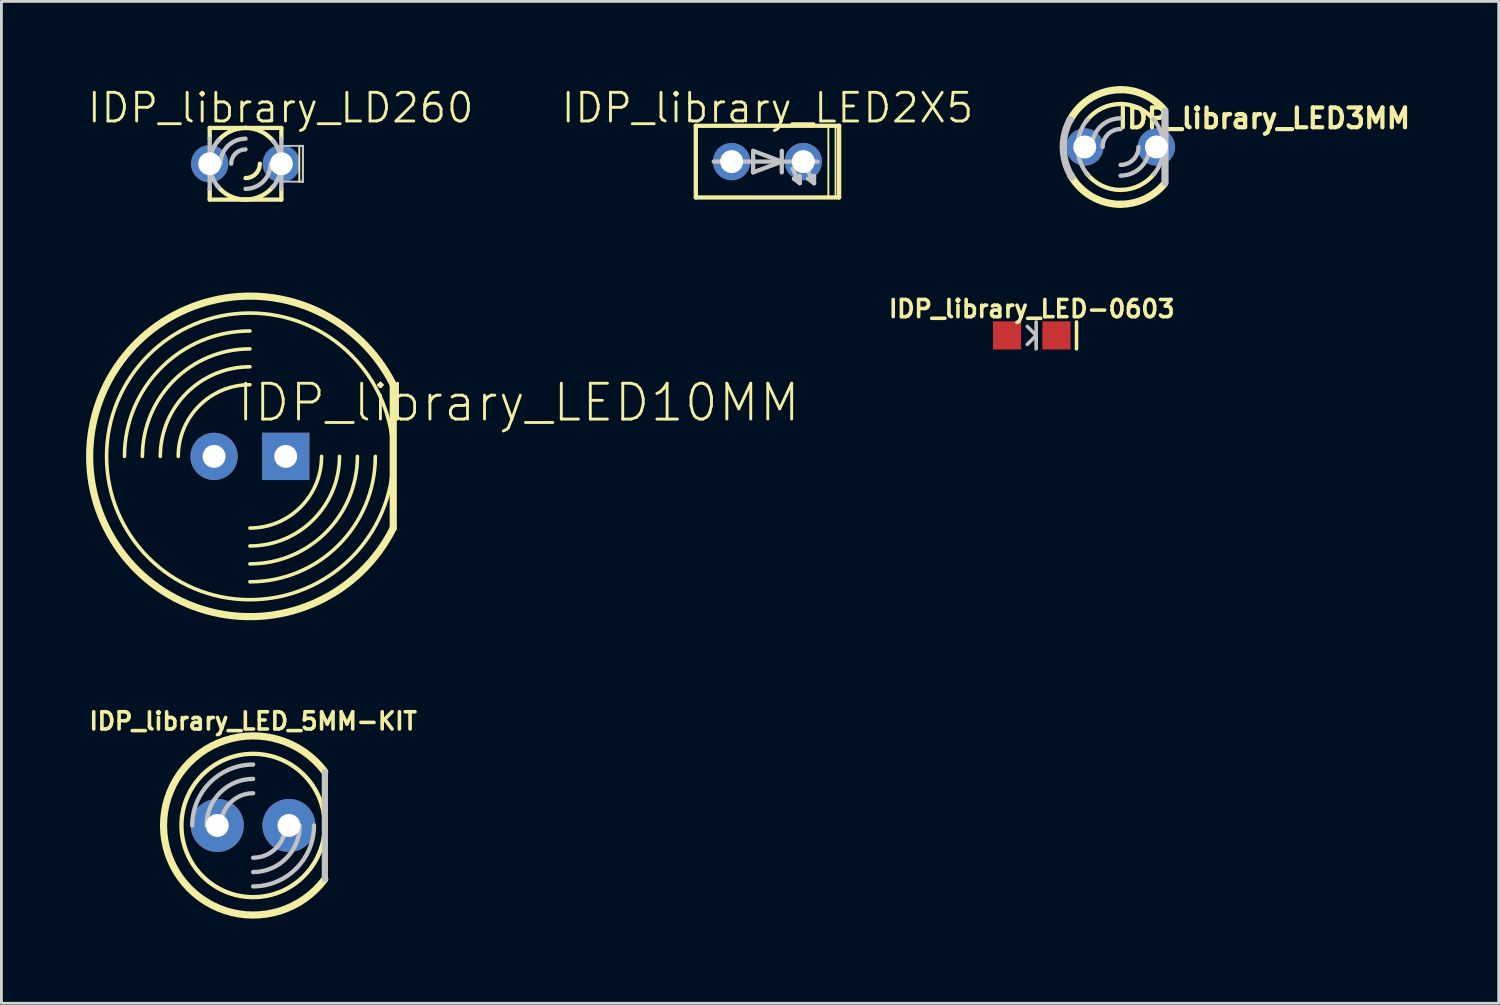
<source format=kicad_pcb>
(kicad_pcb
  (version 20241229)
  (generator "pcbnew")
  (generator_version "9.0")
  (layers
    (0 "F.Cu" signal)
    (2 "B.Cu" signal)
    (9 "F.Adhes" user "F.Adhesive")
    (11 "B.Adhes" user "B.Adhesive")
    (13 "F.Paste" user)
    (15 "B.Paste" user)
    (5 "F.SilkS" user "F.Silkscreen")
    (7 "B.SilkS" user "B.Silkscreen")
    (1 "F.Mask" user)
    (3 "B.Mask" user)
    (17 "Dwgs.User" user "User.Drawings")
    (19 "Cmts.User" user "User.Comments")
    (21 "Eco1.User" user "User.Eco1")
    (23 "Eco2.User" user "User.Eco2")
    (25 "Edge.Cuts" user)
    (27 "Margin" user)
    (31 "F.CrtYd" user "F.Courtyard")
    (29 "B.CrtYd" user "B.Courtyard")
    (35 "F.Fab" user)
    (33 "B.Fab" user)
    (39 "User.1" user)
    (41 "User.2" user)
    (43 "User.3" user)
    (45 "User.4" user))
  (footprint "IDP_library_LED3MM"
    (layer "F.Cu")
    (at 36.665 2.159)
    (property "Reference" "IDP_library_LED3MM" (at 5.08 -1.016 0) (layer "F.SilkS") (effects (font (size 0.7 0.7) (thickness 0.15))))
    (attr exclude_from_pos_files exclude_from_bom)
    (fp_arc (start -1.7907 -0.95504) (mid -1.044567 -1.739997) (end -0.000975 -2.02946) (stroke (width 0.254) (type solid)) (layer "F.SilkS"))
    (fp_arc (start -1.2192 -0.9144) (mid -0.681912 -1.362928) (end -0.000801 -1.524) (stroke (width 0.1524) (type solid)) (layer "F.SilkS"))
    (fp_arc (start 0 -2.032) (mid 0.860367 -1.840867) (end 1.55888 -1.303426) (stroke (width 0.254) (type solid)) (layer "F.SilkS"))
    (fp_arc (start 0 -1.524) (mid 0.696618 -1.35547) (end 1.239166 -0.887155) (stroke (width 0.1524) (type solid)) (layer "F.SilkS"))
    (fp_arc (start 0 1.524) (mid -0.669273 1.369179) (end -1.202564 0.936171) (stroke (width 0.1524) (type solid)) (layer "F.SilkS"))
    (fp_arc (start 0 2.032) (mid -1.01907 1.757988) (end -1.763299 1.009851) (stroke (width 0.254) (type solid)) (layer "F.SilkS"))
    (fp_arc (start 1.20142 0.93472) (mid 0.668882 1.367373) (end 0.000442 1.522206) (stroke (width 0.1524) (type solid)) (layer "F.SilkS"))
    (fp_arc (start 1.5494 1.31064) (mid 0.855154 1.840416) (end 0.002552 2.029387) (stroke (width 0.254) (type solid)) (layer "F.SilkS"))
    (fp_line (start 1.575 1.27) (end 1.575 -1.27) (stroke (width 0.254) (type solid)) (layer "Dwgs.User"))
    (fp_arc (start -2.032 0) (mid -1.970347 -0.496745) (end -1.78913 -0.963347) (stroke (width 0.254) (type solid)) (layer "Dwgs.User"))
    (fp_arc (start -1.72974 1.06426) (mid -1.954164 0.553076) (end -2.030923 0.0001) (stroke (width 0.254) (type solid)) (layer "Dwgs.User"))
    (fp_arc (start -1.524 0) (mid -1.432999 -0.518738) (end -1.170864 -0.975527) (stroke (width 0.1524) (type solid)) (layer "Dwgs.User"))
    (fp_arc (start -1.13792 1.01092) (mid -1.422742 0.540951) (end -1.522111 0.000469) (stroke (width 0.1524) (type solid)) (layer "Dwgs.User"))
    (fp_arc (start -1.016 0) (mid -0.71842 -0.71842) (end 0 -1.016) (stroke (width 0.1524) (type solid)) (layer "Dwgs.User"))
    (fp_arc (start -0.635 0) (mid -0.449013 -0.449013) (end 0 -0.635) (stroke (width 0.1524) (type solid)) (layer "Dwgs.User"))
    (fp_arc (start 0.635 0) (mid 0.449013 0.449013) (end 0 0.635) (stroke (width 0.1524) (type solid)) (layer "Dwgs.User"))
    (fp_arc (start 1.016 0) (mid 0.71842 0.71842) (end 0 1.016) (stroke (width 0.1524) (type solid)) (layer "Dwgs.User"))
    (fp_arc (start 1.1557 -0.9906) (mid 1.427593 -0.528119) (end 1.522147 -0.000034) (stroke (width 0.1524) (type solid)) (layer "Dwgs.User"))
    (fp_arc (start 1.524 0) (mid 1.432999 0.518738) (end 1.170864 0.975527) (stroke (width 0.1524) (type solid)) (layer "Dwgs.User"))
    (pad "A" thru_hole circle (at -1.27 0) (size 1.321 1.321) (drill 0.813) (layers "*.Cu" "*.Paste" "*.Mask"))
    (pad "K" thru_hole circle (at 1.27 0) (size 1.321 1.321) (drill 0.813) (layers "*.Cu" "*.Paste" "*.Mask")))
  (footprint "IDP_library_LD260"
    (layer "F.Cu")
    (at 5.652 2.754)
    (property "Reference" "IDP_library_LD260" (at 1.245 -1.981 0) (layer "F.SilkS") (effects (font (size 1.016 1.016) (thickness 0.102))))
    (attr exclude_from_pos_files exclude_from_bom)
    (fp_line (start -1.27 -1.27) (end -1.27 -0.889) (stroke (width 0.152) (type solid)) (layer "F.SilkS"))
    (fp_line (start -1.27 1.27) (end -1.27 0.889) (stroke (width 0.152) (type solid)) (layer "F.SilkS"))
    (fp_line (start -1.27 1.27) (end 0 1.27) (stroke (width 0.152) (type solid)) (layer "F.SilkS"))
    (fp_line (start 0 -1.27) (end -1.27 -1.27) (stroke (width 0.152) (type solid)) (layer "F.SilkS"))
    (fp_line (start 0 1.27) (end 1.27 1.27) (stroke (width 0.152) (type solid)) (layer "F.SilkS"))
    (fp_line (start 1.27 -1.27) (end 0 -1.27) (stroke (width 0.152) (type solid)) (layer "F.SilkS"))
    (fp_line (start 1.27 -1.27) (end 1.27 -0.889) (stroke (width 0.152) (type solid)) (layer "F.SilkS"))
    (fp_line (start 1.27 1.27) (end 1.27 0.889) (stroke (width 0.152) (type solid)) (layer "F.SilkS"))
    (fp_line (start 1.905 -0.635) (end 2.032 -0.635) (stroke (width 0.066) (type solid)) (layer "F.SilkS"))
    (fp_line (start 1.905 0.635) (end 1.905 -0.635) (stroke (width 0.066) (type solid)) (layer "F.SilkS"))
    (fp_line (start 1.905 0.635) (end 2.032 0.635) (stroke (width 0.066) (type solid)) (layer "F.SilkS"))
    (fp_line (start 2.032 0.635) (end 2.032 -0.635) (stroke (width 0.066) (type solid)) (layer "F.SilkS"))
    (fp_arc (start -0.9906 -0.79248) (mid -0.549939 -1.143189) (end -0.00089 -1.268587) (stroke (width 0.1524) (type solid)) (layer "F.SilkS"))
    (fp_arc (start 0 -1.27) (mid 0.549748 -1.144848) (end 0.991147 -0.794058) (stroke (width 0.1524) (type solid)) (layer "F.SilkS"))
    (fp_arc (start 0 1.27) (mid -0.549748 1.144848) (end -0.991147 0.794058) (stroke (width 0.1524) (type solid)) (layer "F.SilkS"))
    (fp_arc (start 0.508 0) (mid 0.35921 0.35921) (end 0 0.508) (stroke (width 0.1524) (type solid)) (layer "F.SilkS"))
    (fp_arc (start 0.9906 0.79248) (mid 0.549939 1.143189) (end 0.00089 1.268587) (stroke (width 0.1524) (type solid)) (layer "F.SilkS"))
    (fp_line (start -1.27 0) (end -1.27 -0.889) (stroke (width 0.152) (type solid)) (layer "Dwgs.User"))
    (fp_line (start -1.27 0.889) (end -1.27 0) (stroke (width 0.152) (type solid)) (layer "Dwgs.User"))
    (fp_line (start 1.27 -0.889) (end 1.27 0) (stroke (width 0.152) (type solid)) (layer "Dwgs.User"))
    (fp_line (start 1.27 -0.635) (end 2.032 -0.635) (stroke (width 0.066) (type solid)) (layer "Dwgs.User"))
    (fp_line (start 1.27 0) (end 1.27 0.889) (stroke (width 0.152) (type solid)) (layer "Dwgs.User"))
    (fp_line (start 1.27 0.635) (end 1.27 -0.635) (stroke (width 0.066) (type solid)) (layer "Dwgs.User"))
    (fp_line (start 1.27 0.635) (end 2.032 0.635) (stroke (width 0.066) (type solid)) (layer "Dwgs.User"))
    (fp_line (start 2.032 0.635) (end 2.032 -0.635) (stroke (width 0.066) (type solid)) (layer "Dwgs.User"))
    (fp_arc (start -1.27 0) (mid -1.191119 -0.440608) (end -0.964275 -0.826483) (stroke (width 0.1524) (type solid)) (layer "Dwgs.User"))
    (fp_arc (start -0.96266 0.8255) (mid -1.189264 0.440246) (end -1.268134 0.000304) (stroke (width 0.1524) (type solid)) (layer "Dwgs.User"))
    (fp_arc (start -0.889 0) (mid -0.628618 -0.628618) (end 0 -0.889) (stroke (width 0.1524) (type solid)) (layer "Dwgs.User"))
    (fp_arc (start -0.508 0) (mid -0.35921 -0.35921) (end 0 -0.508) (stroke (width 0.1524) (type solid)) (layer "Dwgs.User"))
    (fp_arc (start 0.889 0) (mid 0.628618 0.628618) (end 0 0.889) (stroke (width 0.1524) (type solid)) (layer "Dwgs.User"))
    (fp_arc (start 0.97536 -0.8128) (mid 1.19378 -0.432273) (end 1.269634 -0.000123) (stroke (width 0.1524) (type solid)) (layer "Dwgs.User"))
    (fp_arc (start 1.27 0) (mid 1.189185 0.445801) (end 0.957026 0.834867) (stroke (width 0.1524) (type solid)) (layer "Dwgs.User"))
    (pad "A" thru_hole circle (at -1.27 0) (size 1.321 1.321) (drill 0.813) (layers "*.Cu" "*.Paste" "*.Mask"))
    (pad "K" thru_hole circle (at 1.27 0) (size 1.321 1.321) (drill 0.813) (layers "*.Cu" "*.Paste" "*.Mask")))
  (footprint "IDP_library_LED-0603"
    (layer "F.Cu")
    (at 33.516 8.837)
    (property "Reference" "IDP_library_LED-0603" (at 0 -0.94 0) (layer "F.SilkS") (effects (font (size 0.61 0.61) (thickness 0.127))))
    (attr smd)
    (fp_line (start 1.587 -0.475) (end 1.587 0.475) (stroke (width 0.127) (type solid)) (layer "F.SilkS"))
    (fp_line (start 0.157 -0.475) (end 0.157 0) (stroke (width 0.127) (type solid)) (layer "Dwgs.User"))
    (fp_line (start 0.157 0) (end -0.157 -0.318) (stroke (width 0.127) (type solid)) (layer "Dwgs.User"))
    (fp_line (start 0.157 0) (end -0.157 0.318) (stroke (width 0.127) (type solid)) (layer "Dwgs.User"))
    (fp_line (start 0.157 0) (end 0.157 0.475) (stroke (width 0.127) (type solid)) (layer "Dwgs.User"))
    (pad "A" smd rect (at -0.876 0 270) (size 0.998 0.998) (layers "F.Cu" "F.Mask" "F.Paste"))
    (pad "C" smd rect (at 0.876 0 270) (size 0.998 0.998) (layers "F.Cu" "F.Mask" "F.Paste")))
  (footprint "IDP_library_LED10MM"
    (layer "F.Cu")
    (at 5.807 13.125)
    (property "Reference" "IDP_library_LED10MM" (at 9.525 -1.905 0) (layer "F.SilkS") (effects (font (size 1.27 1.27) (thickness 0.102))))
    (attr exclude_from_pos_files exclude_from_bom)
    (fp_line (start 5.08 -2.54) (end 5.08 2.54) (stroke (width 0.254) (type solid)) (layer "F.SilkS"))
    (fp_arc (start -4.445 0) (mid -3.14309 -3.14309) (end 0 -4.445) (stroke (width 0.127) (type solid)) (layer "F.SilkS"))
    (fp_arc (start -3.81 0) (mid -2.694077 -2.694077) (end 0 -3.81) (stroke (width 0.127) (type solid)) (layer "F.SilkS"))
    (fp_arc (start -3.175 0) (mid -2.245064 -2.245064) (end 0 -3.175) (stroke (width 0.127) (type solid)) (layer "F.SilkS"))
    (fp_arc (start -2.54 0) (mid -1.796051 -1.796051) (end 0 -2.54) (stroke (width 0.127) (type solid)) (layer "F.SilkS"))
    (fp_arc (start 2.54 0) (mid 1.796051 1.796051) (end 0 2.54) (stroke (width 0.127) (type solid)) (layer "F.SilkS"))
    (fp_arc (start 3.175 0) (mid 2.245064 2.245064) (end 0 3.175) (stroke (width 0.127) (type solid)) (layer "F.SilkS"))
    (fp_arc (start 3.81 0) (mid 2.694077 2.694077) (end 0 3.81) (stroke (width 0.127) (type solid)) (layer "F.SilkS"))
    (fp_arc (start 4.445 0) (mid 3.14309 3.14309) (end 0 4.445) (stroke (width 0.127) (type solid)) (layer "F.SilkS"))
    (fp_arc (start 5.08 2.54) (mid -5.679612 0.003464) (end 5.076898 -2.546195) (stroke (width 0.254) (type solid)) (layer "F.SilkS"))
    (fp_circle (center 0 0) (end 0 -5.08) (stroke (width 0.127) (type solid)) (fill no) (layer "F.SilkS"))
    (pad "A" thru_hole circle (at -1.27 0) (size 1.676 1.676) (drill 0.813) (layers "*.Cu" "*.Paste" "*.Mask"))
    (pad "K" thru_hole rect (at 1.27 0) (size 1.676 1.676) (drill 0.813) (layers "*.Cu" "*.Paste" "*.Mask")))
  (footprint "IDP_library_LED2X5"
    (layer "F.Cu")
    (at 24.15 2.678)
    (property "Reference" "IDP_library_LED2X5" (at 0 -1.905 0) (layer "F.SilkS") (effects (font (size 1.016 1.016) (thickness 0.102))))
    (attr exclude_from_pos_files exclude_from_bom)
    (fp_line (start -2.54 1.27) (end -2.54 -1.27) (stroke (width 0.152) (type solid)) (layer "F.SilkS"))
    (fp_line (start -2.54 1.27) (end 2.54 1.27) (stroke (width 0.152) (type solid)) (layer "F.SilkS"))
    (fp_line (start 2.159 -1.27) (end 2.413 -1.27) (stroke (width 0.066) (type solid)) (layer "F.SilkS"))
    (fp_line (start 2.159 1.27) (end 2.159 -1.27) (stroke (width 0.066) (type solid)) (layer "F.SilkS"))
    (fp_line (start 2.159 1.27) (end 2.413 1.27) (stroke (width 0.066) (type solid)) (layer "F.SilkS"))
    (fp_line (start 2.413 1.27) (end 2.413 -1.27) (stroke (width 0.066) (type solid)) (layer "F.SilkS"))
    (fp_line (start 2.54 -1.27) (end -2.54 -1.27) (stroke (width 0.152) (type solid)) (layer "F.SilkS"))
    (fp_line (start 2.54 -1.27) (end 2.54 1.27) (stroke (width 0.152) (type solid)) (layer "F.SilkS"))
    (fp_line (start -1.905 0) (end 0.508 0) (stroke (width 0.152) (type solid)) (layer "Dwgs.User"))
    (fp_line (start -0.508 -0.381) (end -0.508 0.381) (stroke (width 0.152) (type solid)) (layer "Dwgs.User"))
    (fp_line (start -0.508 -0.381) (end 0.508 0) (stroke (width 0.152) (type solid)) (layer "Dwgs.User"))
    (fp_line (start 0.508 -0.381) (end 0.508 0) (stroke (width 0.152) (type solid)) (layer "Dwgs.User"))
    (fp_line (start 0.508 0) (end -0.508 0.381) (stroke (width 0.152) (type solid)) (layer "Dwgs.User"))
    (fp_line (start 0.508 0) (end 0.508 0.381) (stroke (width 0.152) (type solid)) (layer "Dwgs.User"))
    (fp_line (start 0.508 0) (end 1.778 0) (stroke (width 0.152) (type solid)) (layer "Dwgs.User"))
    (fp_line (start 0.889 0.254) (end 1.143 0.762) (stroke (width 0.152) (type solid)) (layer "Dwgs.User"))
    (fp_line (start 0.94 0.61) (end 1.143 0.508) (stroke (width 0.152) (type solid)) (layer "Dwgs.User"))
    (fp_line (start 1.143 0.762) (end 0.94 0.61) (stroke (width 0.152) (type solid)) (layer "Dwgs.User"))
    (fp_line (start 1.143 0.762) (end 1.143 0.508) (stroke (width 0.152) (type solid)) (layer "Dwgs.User"))
    (fp_line (start 1.397 0.254) (end 1.651 0.762) (stroke (width 0.152) (type solid)) (layer "Dwgs.User"))
    (fp_line (start 1.448 0.61) (end 1.651 0.508) (stroke (width 0.152) (type solid)) (layer "Dwgs.User"))
    (fp_line (start 1.651 0.762) (end 1.448 0.61) (stroke (width 0.152) (type solid)) (layer "Dwgs.User"))
    (fp_line (start 1.651 0.762) (end 1.651 0.508) (stroke (width 0.152) (type solid)) (layer "Dwgs.User"))
    (pad "A" thru_hole circle (at -1.27 0) (size 1.321 1.321) (drill 0.813) (layers "*.Cu" "*.Paste" "*.Mask"))
    (pad "K" thru_hole circle (at 1.27 0) (size 1.321 1.321) (drill 0.813) (layers "*.Cu" "*.Paste" "*.Mask")))
  (footprint "IDP_library_LED_5MM-KIT"
    (layer "F.Cu")
    (at 5.921 26.206)
    (property "Reference" "IDP_library_LED_5MM-KIT" (at 0 -3.696 0) (layer "F.SilkS") (effects (font (size 0.61 0.61) (thickness 0.127))))
    (attr exclude_from_pos_files exclude_from_bom)
    (fp_poly (pts (xy -1.27 0.445) (xy -1.367 0.434) (xy -1.458 0.404) (xy -1.542 0.356) (xy -1.613 0.287) (xy -1.666 0.206) (xy -1.699 0.114) (xy -1.714 0.018) (xy -1.704 -0.081) (xy -1.674 -0.178) (xy -1.621 -0.264) (xy -1.549 -0.34) (xy -1.466 -0.396) (xy -1.369 -0.432) (xy -1.27 -0.445) (xy -1.168 -0.432) (xy -1.074 -0.399) (xy -0.991 -0.343) (xy -0.919 -0.272) (xy -0.869 -0.185) (xy -0.836 -0.089) (xy -0.828 0.008) (xy -0.838 0.107) (xy -0.871 0.198) (xy -0.925 0.282) (xy -0.996 0.351) (xy -1.079 0.401) (xy -1.171 0.434) (xy -1.27 0.445)) (stroke (width 0.127) (type solid)) (fill yes) (layer "F.Mask"))
    (fp_poly (pts (xy 1.27 0.445) (xy 1.171 0.434) (xy 1.079 0.404) (xy 0.996 0.356) (xy 0.925 0.287) (xy 0.871 0.206) (xy 0.838 0.114) (xy 0.826 0.018) (xy 0.833 -0.081) (xy 0.864 -0.178) (xy 0.917 -0.264) (xy 0.988 -0.34) (xy 1.072 -0.396) (xy 1.168 -0.432) (xy 1.27 -0.445) (xy 1.369 -0.432) (xy 1.463 -0.399) (xy 1.547 -0.343) (xy 1.618 -0.272) (xy 1.669 -0.185) (xy 1.702 -0.089) (xy 1.709 0.008) (xy 1.699 0.107) (xy 1.666 0.198) (xy 1.613 0.282) (xy 1.542 0.351) (xy 1.458 0.401) (xy 1.367 0.434) (xy 1.27 0.445)) (stroke (width 0.127) (type solid)) (fill yes) (layer "F.Mask"))
    (fp_poly (pts (xy -1.267 0.953) (xy -1.45 0.935) (xy -1.628 0.884) (xy -1.791 0.8) (xy -1.935 0.683) (xy -2.055 0.544) (xy -2.144 0.381) (xy -2.2 0.206) (xy -2.22 0.02) (xy -2.207 -0.142) (xy -2.167 -0.307) (xy -2.098 -0.46) (xy -2.004 -0.599) (xy -1.885 -0.719) (xy -1.75 -0.815) (xy -1.598 -0.889) (xy -1.435 -0.935) (xy -1.27 -0.953) (xy -1.102 -0.935) (xy -0.94 -0.889) (xy -0.787 -0.815) (xy -0.653 -0.716) (xy -0.536 -0.597) (xy -0.442 -0.457) (xy -0.371 -0.305) (xy -0.33 -0.14) (xy -0.318 0.025) (xy -0.338 0.206) (xy -0.394 0.381) (xy -0.483 0.544) (xy -0.599 0.683) (xy -0.744 0.8) (xy -0.907 0.884) (xy -1.082 0.935) (xy -1.267 0.953)) (stroke (width 0.127) (type solid)) (fill yes) (layer "B.Mask"))
    (fp_poly (pts (xy 1.27 0.953) (xy 1.087 0.935) (xy 0.909 0.884) (xy 0.747 0.8) (xy 0.602 0.683) (xy 0.483 0.544) (xy 0.394 0.381) (xy 0.338 0.206) (xy 0.318 0.02) (xy 0.33 -0.142) (xy 0.371 -0.307) (xy 0.439 -0.46) (xy 0.533 -0.599) (xy 0.653 -0.719) (xy 0.787 -0.815) (xy 0.94 -0.889) (xy 1.102 -0.935) (xy 1.27 -0.953) (xy 1.435 -0.935) (xy 1.598 -0.889) (xy 1.75 -0.815) (xy 1.885 -0.716) (xy 2.002 -0.597) (xy 2.095 -0.457) (xy 2.167 -0.305) (xy 2.207 -0.14) (xy 2.22 0.025) (xy 2.2 0.206) (xy 2.144 0.381) (xy 2.055 0.544) (xy 1.938 0.683) (xy 1.793 0.8) (xy 1.631 0.884) (xy 1.455 0.935) (xy 1.27 0.953)) (stroke (width 0.127) (type solid)) (fill yes) (layer "B.Mask"))
    (fp_line (start 2.54 1.905) (end 2.54 -1.905) (stroke (width 0.203) (type solid)) (layer "F.SilkS"))
    (fp_arc (start 2.54 1.905) (mid -3.175 0.001668) (end 2.537997 -1.907668) (stroke (width 0.254) (type solid)) (layer "F.SilkS"))
    (fp_circle (center 0 0) (end 0 -2.54) (stroke (width 0.152) (type solid)) (fill no) (layer "F.SilkS"))
    (fp_line (start 2.54 1.905) (end 2.54 -1.905) (stroke (width 0.203) (type solid)) (layer "B.SilkS"))
    (fp_line (start 2.54 1.905) (end 2.54 -1.905) (stroke (width 0.203) (type solid)) (layer "Dwgs.User"))
    (fp_arc (start -2.159 0) (mid -1.526644 -1.526644) (end 0 -2.159) (stroke (width 0.1524) (type solid)) (layer "Dwgs.User"))
    (fp_arc (start -1.651 0) (mid -1.167433 -1.167433) (end 0 -1.651) (stroke (width 0.1524) (type solid)) (layer "Dwgs.User"))
    (fp_arc (start -1.143 0) (mid -0.808223 -0.808223) (end 0 -1.143) (stroke (width 0.1524) (type solid)) (layer "Dwgs.User"))
    (fp_arc (start 1.143 0) (mid 0.808223 0.808223) (end 0 1.143) (stroke (width 0.1524) (type solid)) (layer "Dwgs.User"))
    (fp_arc (start 1.651 0) (mid 1.167433 1.167433) (end 0 1.651) (stroke (width 0.1524) (type solid)) (layer "Dwgs.User"))
    (fp_arc (start 2.159 0) (mid 1.526644 1.526644) (end 0 2.159) (stroke (width 0.1524) (type solid)) (layer "Dwgs.User"))
    (pad "A" thru_hole circle (at -1.27 0) (size 1.88 1.88) (drill 0.813) (layers "*.Cu" "*.Paste" "*.Mask"))
    (pad "K" thru_hole circle (at 1.27 0) (size 1.88 1.88) (drill 0.813) (layers "*.Cu" "*.Paste" "*.Mask")))
  (gr_rect
    (start -3 -3)
    (end 50.067 32.508)
    (stroke (width 0.1) (type default))
    (fill no)
    (layer "Edge.Cuts")))
</source>
